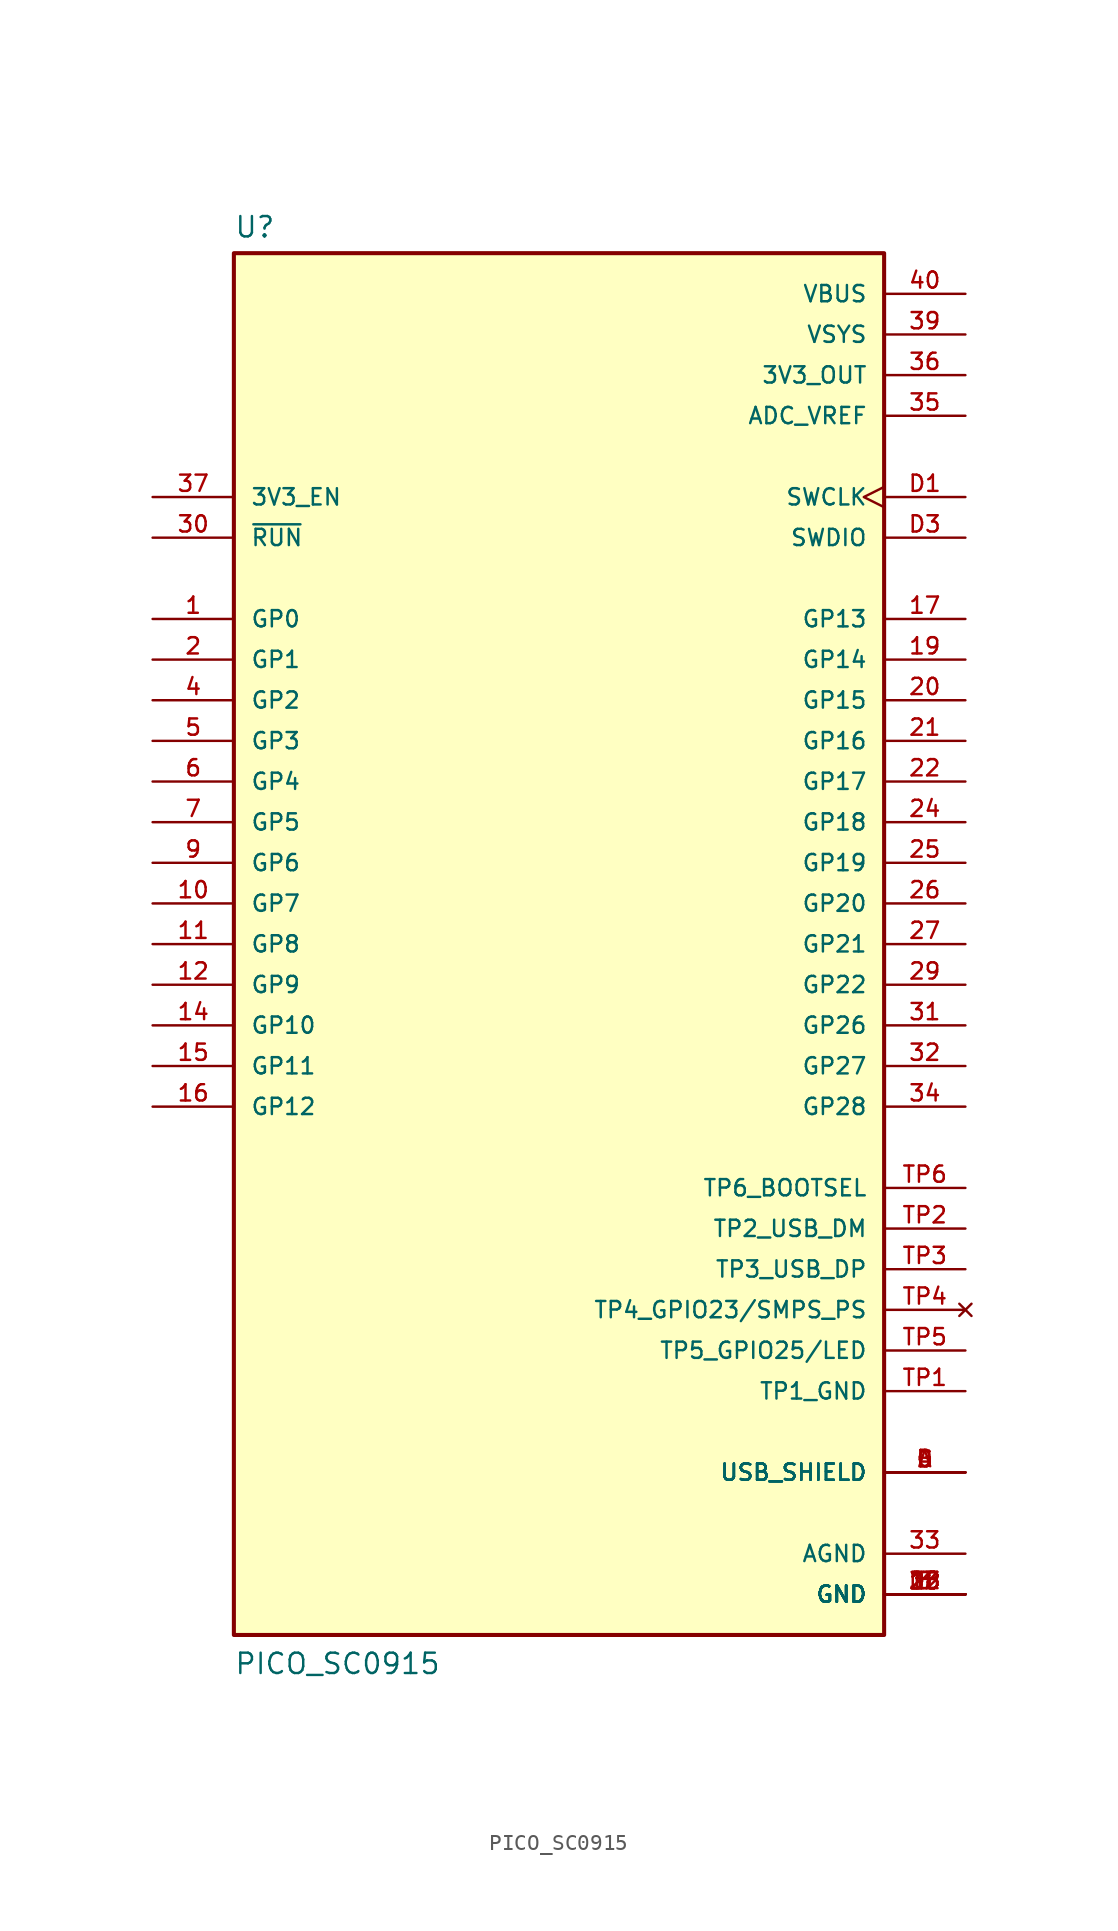
<source format=kicad_sym>
(kicad_symbol_lib
  (version 20211014)
  (generator kicad_symbol_editor)
  (symbol "PICO_SC0915"
    (pin_names
      (offset 1.016))
    (property "Reference" "U"
      (at -20.32 44.069 0)
      (effects (font (size 1.27 1.27)) (justify left bottom)))
    (property "Value" "PICO_SC0915"
      (at -20.32 -45.72 0)
      (effects (font (size 1.27 1.27)) (justify left bottom)))
    (symbol "PICO_SC0915_0_0"
      (rectangle (start -20.32 -43.18) (end 20.32 43.18) (stroke (width 0.254) (type default) (color 0 0 0 0)) (fill (type background)))
      (pin bidirectional line (at -25.4 20.32 0) (length 5.08) (name "GP0" (effects (font (size 1.016 1.016)))) (number "1" (effects (font (size 1.016 1.016)))))
      (pin bidirectional line (at -25.4 2.54 0) (length 5.08) (name "GP7" (effects (font (size 1.016 1.016)))) (number "10" (effects (font (size 1.016 1.016)))))
      (pin bidirectional line (at -25.4 0 0) (length 5.08) (name "GP8" (effects (font (size 1.016 1.016)))) (number "11" (effects (font (size 1.016 1.016)))))
      (pin bidirectional line (at -25.4 -2.54 0) (length 5.08) (name "GP9" (effects (font (size 1.016 1.016)))) (number "12" (effects (font (size 1.016 1.016)))))
      (pin power_in line (at 25.4 -40.64 180) (length 5.08) (name "GND" (effects (font (size 1.016 1.016)))) (number "13" (effects (font (size 1.016 1.016)))))
      (pin bidirectional line (at -25.4 -5.08 0) (length 5.08) (name "GP10" (effects (font (size 1.016 1.016)))) (number "14" (effects (font (size 1.016 1.016)))))
      (pin bidirectional line (at -25.4 -7.62 0) (length 5.08) (name "GP11" (effects (font (size 1.016 1.016)))) (number "15" (effects (font (size 1.016 1.016)))))
      (pin bidirectional line (at -25.4 -10.16 0) (length 5.08) (name "GP12" (effects (font (size 1.016 1.016)))) (number "16" (effects (font (size 1.016 1.016)))))
      (pin bidirectional line (at 25.4 20.32 180) (length 5.08) (name "GP13" (effects (font (size 1.016 1.016)))) (number "17" (effects (font (size 1.016 1.016)))))
      (pin power_in line (at 25.4 -40.64 180) (length 5.08) (name "GND" (effects (font (size 1.016 1.016)))) (number "18" (effects (font (size 1.016 1.016)))))
      (pin bidirectional line (at 25.4 17.78 180) (length 5.08) (name "GP14" (effects (font (size 1.016 1.016)))) (number "19" (effects (font (size 1.016 1.016)))))
      (pin bidirectional line (at -25.4 17.78 0) (length 5.08) (name "GP1" (effects (font (size 1.016 1.016)))) (number "2" (effects (font (size 1.016 1.016)))))
      (pin bidirectional line (at 25.4 15.24 180) (length 5.08) (name "GP15" (effects (font (size 1.016 1.016)))) (number "20" (effects (font (size 1.016 1.016)))))
      (pin bidirectional line (at 25.4 12.7 180) (length 5.08) (name "GP16" (effects (font (size 1.016 1.016)))) (number "21" (effects (font (size 1.016 1.016)))))
      (pin bidirectional line (at 25.4 10.16 180) (length 5.08) (name "GP17" (effects (font (size 1.016 1.016)))) (number "22" (effects (font (size 1.016 1.016)))))
      (pin power_in line (at 25.4 -40.64 180) (length 5.08) (name "GND" (effects (font (size 1.016 1.016)))) (number "23" (effects (font (size 1.016 1.016)))))
      (pin bidirectional line (at 25.4 7.62 180) (length 5.08) (name "GP18" (effects (font (size 1.016 1.016)))) (number "24" (effects (font (size 1.016 1.016)))))
      (pin bidirectional line (at 25.4 5.08 180) (length 5.08) (name "GP19" (effects (font (size 1.016 1.016)))) (number "25" (effects (font (size 1.016 1.016)))))
      (pin bidirectional line (at 25.4 2.54 180) (length 5.08) (name "GP20" (effects (font (size 1.016 1.016)))) (number "26" (effects (font (size 1.016 1.016)))))
      (pin bidirectional line (at 25.4 0 180) (length 5.08) (name "GP21" (effects (font (size 1.016 1.016)))) (number "27" (effects (font (size 1.016 1.016)))))
      (pin power_in line (at 25.4 -40.64 180) (length 5.08) (name "GND" (effects (font (size 1.016 1.016)))) (number "28" (effects (font (size 1.016 1.016)))))
      (pin bidirectional line (at 25.4 -2.54 180) (length 5.08) (name "GP22" (effects (font (size 1.016 1.016)))) (number "29" (effects (font (size 1.016 1.016)))))
      (pin power_in line (at 25.4 -40.64 180) (length 5.08) (name "GND" (effects (font (size 1.016 1.016)))) (number "3" (effects (font (size 1.016 1.016)))))
      (pin input line (at -25.4 25.4 0) (length 5.08) (name "~{RUN}" (effects (font (size 1.016 1.016)))) (number "30" (effects (font (size 1.016 1.016)))))
      (pin bidirectional line (at 25.4 -5.08 180) (length 5.08) (name "GP26" (effects (font (size 1.016 1.016)))) (number "31" (effects (font (size 1.016 1.016)))))
      (pin bidirectional line (at 25.4 -7.62 180) (length 5.08) (name "GP27" (effects (font (size 1.016 1.016)))) (number "32" (effects (font (size 1.016 1.016)))))
      (pin power_in line (at 25.4 -38.1 180) (length 5.08) (name "AGND" (effects (font (size 1.016 1.016)))) (number "33" (effects (font (size 1.016 1.016)))))
      (pin bidirectional line (at 25.4 -10.16 180) (length 5.08) (name "GP28" (effects (font (size 1.016 1.016)))) (number "34" (effects (font (size 1.016 1.016)))))
      (pin power_in line (at 25.4 33.02 180) (length 5.08) (name "ADC_VREF" (effects (font (size 1.016 1.016)))) (number "35" (effects (font (size 1.016 1.016)))))
      (pin power_in line (at 25.4 35.56 180) (length 5.08) (name "3V3_OUT" (effects (font (size 1.016 1.016)))) (number "36" (effects (font (size 1.016 1.016)))))
      (pin input line (at -25.4 27.94 0) (length 5.08) (name "3V3_EN" (effects (font (size 1.016 1.016)))) (number "37" (effects (font (size 1.016 1.016)))))
      (pin power_in line (at 25.4 -40.64 180) (length 5.08) (name "GND" (effects (font (size 1.016 1.016)))) (number "38" (effects (font (size 1.016 1.016)))))
      (pin power_in line (at 25.4 38.1 180) (length 5.08) (name "VSYS" (effects (font (size 1.016 1.016)))) (number "39" (effects (font (size 1.016 1.016)))))
      (pin bidirectional line (at -25.4 15.24 0) (length 5.08) (name "GP2" (effects (font (size 1.016 1.016)))) (number "4" (effects (font (size 1.016 1.016)))))
      (pin power_in line (at 25.4 40.64 180) (length 5.08) (name "VBUS" (effects (font (size 1.016 1.016)))) (number "40" (effects (font (size 1.016 1.016)))))
      (pin bidirectional line (at -25.4 12.7 0) (length 5.08) (name "GP3" (effects (font (size 1.016 1.016)))) (number "5" (effects (font (size 1.016 1.016)))))
      (pin bidirectional line (at -25.4 10.16 0) (length 5.08) (name "GP4" (effects (font (size 1.016 1.016)))) (number "6" (effects (font (size 1.016 1.016)))))
      (pin bidirectional line (at -25.4 7.62 0) (length 5.08) (name "GP5" (effects (font (size 1.016 1.016)))) (number "7" (effects (font (size 1.016 1.016)))))
      (pin power_in line (at 25.4 -40.64 180) (length 5.08) (name "GND" (effects (font (size 1.016 1.016)))) (number "8" (effects (font (size 1.016 1.016)))))
      (pin bidirectional line (at -25.4 5.08 0) (length 5.08) (name "GP6" (effects (font (size 1.016 1.016)))) (number "9" (effects (font (size 1.016 1.016)))))
      (pin power_in line (at 25.4 -33.02 180) (length 5.08) (name "USB_SHIELD" (effects (font (size 1.016 1.016)))) (number "A" (effects (font (size 1.016 1.016)))))
      (pin power_in line (at 25.4 -33.02 180) (length 5.08) (name "USB_SHIELD" (effects (font (size 1.016 1.016)))) (number "B" (effects (font (size 1.016 1.016)))))
      (pin power_in line (at 25.4 -33.02 180) (length 5.08) (name "USB_SHIELD" (effects (font (size 1.016 1.016)))) (number "C" (effects (font (size 1.016 1.016)))))
      (pin power_in line (at 25.4 -33.02 180) (length 5.08) (name "USB_SHIELD" (effects (font (size 1.016 1.016)))) (number "D" (effects (font (size 1.016 1.016)))))
      (pin input clock (at 25.4 27.94 180) (length 5.08) (name "SWCLK" (effects (font (size 1.016 1.016)))) (number "D1" (effects (font (size 1.016 1.016)))))
      (pin power_in line (at 25.4 -40.64 180) (length 5.08) (name "GND" (effects (font (size 1.016 1.016)))) (number "D2" (effects (font (size 1.016 1.016)))))
      (pin bidirectional line (at 25.4 25.4 180) (length 5.08) (name "SWDIO" (effects (font (size 1.016 1.016)))) (number "D3" (effects (font (size 1.016 1.016)))))
      (pin power_in line (at 25.4 -27.94 180) (length 5.08) (name "TP1_GND" (effects (font (size 1.016 1.016)))) (number "TP1" (effects (font (size 1.016 1.016)))))
      (pin bidirectional line (at 25.4 -17.78 180) (length 5.08) (name "TP2_USB_DM" (effects (font (size 1.016 1.016)))) (number "TP2" (effects (font (size 1.016 1.016)))))
      (pin bidirectional line (at 25.4 -20.32 180) (length 5.08) (name "TP3_USB_DP" (effects (font (size 1.016 1.016)))) (number "TP3" (effects (font (size 1.016 1.016)))))
      (pin no_connect line (at 25.4 -22.86 180) (length 5.08) (name "TP4_GPIO23/SMPS_PS" (effects (font (size 1.016 1.016)))) (number "TP4" (effects (font (size 1.016 1.016)))))
      (pin output line (at 25.4 -25.4 180) (length 5.08) (name "TP5_GPIO25/LED" (effects (font (size 1.016 1.016)))) (number "TP5" (effects (font (size 1.016 1.016)))))
      (pin input line (at 25.4 -15.24 180) (length 5.08) (name "TP6_BOOTSEL" (effects (font (size 1.016 1.016)))) (number "TP6" (effects (font (size 1.016 1.016))))))))
</source>
